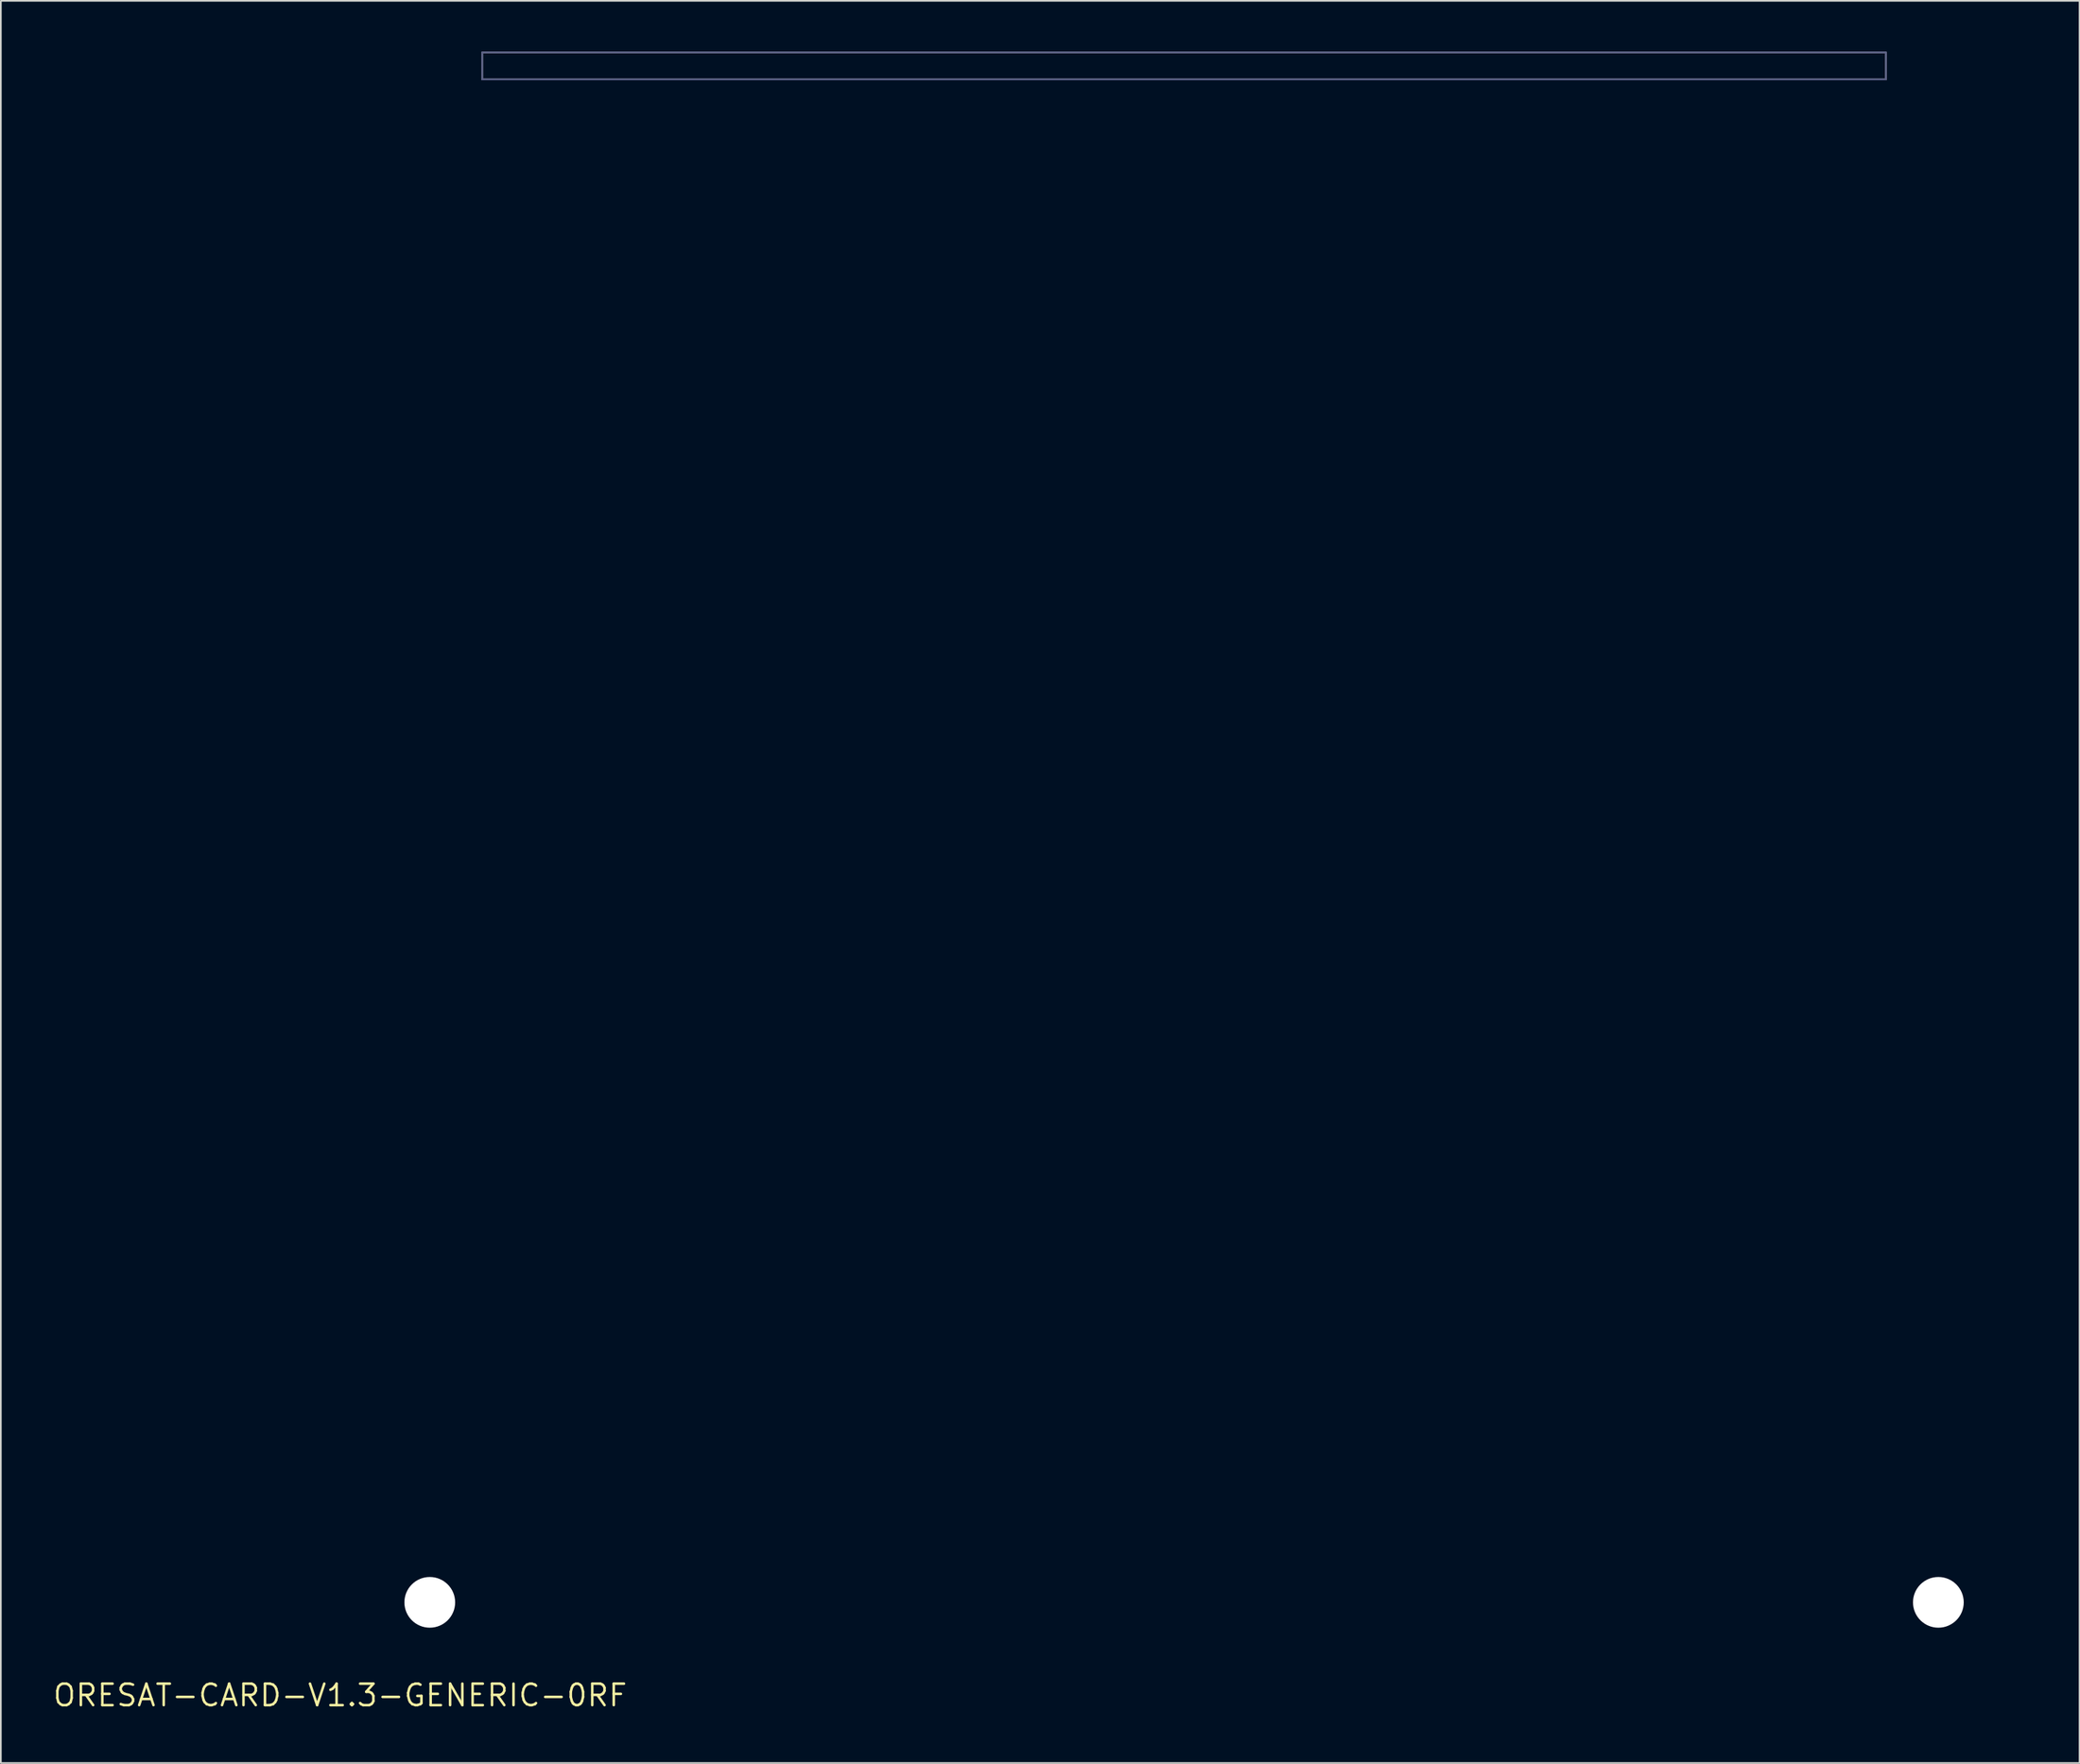
<source format=kicad_pcb>
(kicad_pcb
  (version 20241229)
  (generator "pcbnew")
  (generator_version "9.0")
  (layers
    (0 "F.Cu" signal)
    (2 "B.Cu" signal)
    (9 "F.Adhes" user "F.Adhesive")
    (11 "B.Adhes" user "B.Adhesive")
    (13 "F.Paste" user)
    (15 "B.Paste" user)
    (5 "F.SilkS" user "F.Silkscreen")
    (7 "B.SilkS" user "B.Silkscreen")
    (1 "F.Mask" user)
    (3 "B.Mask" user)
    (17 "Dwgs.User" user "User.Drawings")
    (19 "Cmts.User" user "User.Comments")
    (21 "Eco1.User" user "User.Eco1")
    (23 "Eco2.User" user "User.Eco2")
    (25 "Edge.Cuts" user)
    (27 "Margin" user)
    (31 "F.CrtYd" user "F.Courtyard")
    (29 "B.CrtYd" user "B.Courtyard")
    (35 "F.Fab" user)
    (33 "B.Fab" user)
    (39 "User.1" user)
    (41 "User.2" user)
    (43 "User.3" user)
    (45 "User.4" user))
  (footprint "ORESAT-CARD-V1.3-GENERIC-0RF"
    (layer "F.Cu")
    (at 17.062 97.25)
    (property "Reference" "ORESAT-CARD-V1.3-GENERIC-0RF" (at 0 0 0) (layer "F.SilkS") (effects (font (size 1.27 1.27) (thickness 0.15))))
    (fp_poly (pts (xy 2.75 -8.55) (xy 0.497 -8.55) (xy 0.358 -8.568) (xy 0.225 -8.623) (xy 0.111 -8.711) (xy 0.021 -8.827) (xy -0.05 -9.093) (xy -0.05 -88.821) (xy 2.75 -91.621)) (stroke (width 0) (type solid)) (fill yes) (layer "F.Mask"))
    (fp_poly (pts (xy 99.85 -88.822) (xy 99.85 -9.097) (xy 99.832 -8.958) (xy 99.777 -8.825) (xy 99.689 -8.711) (xy 99.575 -8.623) (xy 99.442 -8.568) (xy 99.303 -8.55) (xy 97.05 -8.55) (xy 97.05 -91.414)) (stroke (width 0) (type solid)) (fill yes) (layer "F.Mask"))
    (fp_poly (pts (xy 84.35 -0.497) (xy 84.332 -0.358) (xy 84.277 -0.225) (xy 84.189 -0.111) (xy 84.075 -0.023) (xy 83.942 0.032) (xy 83.803 0.05) (xy 15.997 0.05) (xy 15.858 0.032) (xy 15.725 -0.023) (xy 15.611 -0.111) (xy 15.521 -0.227) (xy 15.45 -0.493) (xy 15.45 -2.65) (xy 84.35 -2.65)) (stroke (width 0) (type solid)) (fill yes) (layer "F.Mask"))
    (fp_poly (pts (xy 2.75 -8.55) (xy 0.497 -8.55) (xy 0.358 -8.568) (xy 0.225 -8.623) (xy 0.111 -8.711) (xy 0.021 -8.827) (xy -0.05 -9.093) (xy -0.05 -88.821) (xy 2.75 -91.621)) (stroke (width 0) (type solid)) (fill yes) (layer "B.Mask"))
    (fp_poly (pts (xy 99.85 -88.822) (xy 99.85 -9.097) (xy 99.832 -8.958) (xy 99.777 -8.825) (xy 99.689 -8.711) (xy 99.575 -8.623) (xy 99.442 -8.568) (xy 99.303 -8.55) (xy 97.05 -8.55) (xy 97.05 -91.414)) (stroke (width 0) (type solid)) (fill yes) (layer "B.Mask"))
    (fp_poly (pts (xy 84.35 -0.497) (xy 84.332 -0.358) (xy 84.277 -0.225) (xy 84.189 -0.111) (xy 84.075 -0.023) (xy 83.942 0.032) (xy 83.803 0.05) (xy 15.997 0.05) (xy 15.858 0.032) (xy 15.725 -0.023) (xy 15.611 -0.111) (xy 15.521 -0.227) (xy 15.45 -0.493) (xy 15.45 -2.65) (xy 84.35 -2.65)) (stroke (width 0) (type solid)) (fill yes) (layer "B.Mask"))
    (fp_line (start 0 -88.8) (end 0 -9.1) (stroke (width 0.001) (type solid)) (layer "Cmts.User"))
    (fp_line (start 0.5 -8.6) (end 2.25 -8.6) (stroke (width 0.001) (type solid)) (layer "Cmts.User"))
    (fp_line (start 2.5 -91.3) (end 2.5 -8.6) (stroke (width 0.001) (type solid)) (layer "Cmts.User"))
    (fp_line (start 2.75 -8.1) (end 2.75 -3.4) (stroke (width 0.001) (type solid)) (layer "Cmts.User"))
    (fp_line (start 3.25 -2.9) (end 4.6 -2.9) (stroke (width 0.001) (type solid)) (layer "Cmts.User"))
    (fp_line (start 4.6 -93.4) (end 0 -88.8) (stroke (width 0.001) (type solid)) (layer "Cmts.User"))
    (fp_line (start 4.6 -2.9) (end 4.6 -93.4) (stroke (width 0.001) (type solid)) (layer "Cmts.User"))
    (fp_line (start 4.6 -2.9) (end 15 -2.9) (stroke (width 0.001) (type solid)) (layer "Cmts.User"))
    (fp_line (start 5.8 -94.6) (end 4.6 -93.4) (stroke (width 0.001) (type solid)) (layer "Cmts.User"))
    (fp_line (start 8.4 -95.6) (end 8.4 -97.2) (stroke (width 0.001) (type solid)) (layer "Cmts.User"))
    (fp_line (start 8.4 -2.9) (end 8.4 -94.6) (stroke (width 0.001) (type solid)) (layer "Cmts.User"))
    (fp_line (start 8.668 -94.6) (end 5.8 -94.6) (stroke (width 0.001) (type solid)) (layer "Cmts.User"))
    (fp_line (start 9.873 -87.9) (end 56.421 -87.9) (stroke (width 0.001) (type solid)) (layer "Cmts.User"))
    (fp_line (start 15.5 -2.4) (end 15.5 -0.5) (stroke (width 0.001) (type solid)) (layer "Cmts.User"))
    (fp_line (start 15.5 -2.4) (end 84.3 -2.4) (stroke (width 0.001) (type solid)) (layer "Cmts.User"))
    (fp_line (start 16 0) (end 83.8 0) (stroke (width 0.001) (type solid)) (layer "Cmts.User"))
    (fp_line (start 21.9 -89.9) (end 21.9 -85.9) (stroke (width 0.001) (type solid)) (layer "Cmts.User"))
    (fp_line (start 31.668 -94.6) (end 12.132 -94.6) (stroke (width 0.001) (type solid)) (layer "Cmts.User"))
    (fp_line (start 49.9 -44.572) (end 49.9 -89.9) (stroke (width 0.001) (type solid)) (layer "Cmts.User"))
    (fp_line (start 64.668 -94.6) (end 35.132 -94.6) (stroke (width 0.001) (type solid)) (layer "Cmts.User"))
    (fp_line (start 84.3 -0.5) (end 84.3 -2.4) (stroke (width 0.001) (type solid)) (layer "Cmts.User"))
    (fp_line (start 84.8 -2.9) (end 95.2 -2.9) (stroke (width 0.001) (type solid)) (layer "Cmts.User"))
    (fp_line (start 87.668 -94.6) (end 68.132 -94.6) (stroke (width 0.001) (type solid)) (layer "Cmts.User"))
    (fp_line (start 91.4 -97.2) (end 8.4 -97.2) (stroke (width 0.001) (type solid)) (layer "Cmts.User"))
    (fp_line (start 91.4 -97.2) (end 91.4 -95.6) (stroke (width 0.001) (type solid)) (layer "Cmts.User"))
    (fp_line (start 91.4 -95.6) (end 8.4 -95.6) (stroke (width 0.001) (type solid)) (layer "Cmts.User"))
    (fp_line (start 91.4 -2.9) (end 91.4 -94.6) (stroke (width 0.001) (type solid)) (layer "Cmts.User"))
    (fp_line (start 94 -94.6) (end 91.132 -94.6) (stroke (width 0.001) (type solid)) (layer "Cmts.User"))
    (fp_line (start 95.2 -93.4) (end 94 -94.6) (stroke (width 0.001) (type solid)) (layer "Cmts.User"))
    (fp_line (start 95.2 -2.9) (end 95.2 -93.4) (stroke (width 0.001) (type solid)) (layer "Cmts.User"))
    (fp_line (start 95.2 -2.9) (end 96.55 -2.9) (stroke (width 0.001) (type solid)) (layer "Cmts.User"))
    (fp_line (start 97.05 -3.4) (end 97.05 -8.1) (stroke (width 0.001) (type solid)) (layer "Cmts.User"))
    (fp_line (start 97.3 -8.55) (end 97.3 -91.3) (stroke (width 0.001) (type solid)) (layer "Cmts.User"))
    (fp_line (start 97.55 -8.6) (end 99.3 -8.6) (stroke (width 0.001) (type solid)) (layer "Cmts.User"))
    (fp_line (start 99.8 -88.8) (end 95.2 -93.4) (stroke (width 0.001) (type solid)) (layer "Cmts.User"))
    (fp_line (start 99.8 -9.1) (end 99.8 -88.8) (stroke (width 0.001) (type solid)) (layer "Cmts.User"))
    (fp_arc (start 0.5 -8.6) (mid 0.146447 -8.746447) (end 0 -9.1) (stroke (width 0.001) (type solid)) (layer "Cmts.User"))
    (fp_arc (start 2.25 -8.6) (mid 2.603553 -8.453553) (end 2.75 -8.1) (stroke (width 0.001) (type solid)) (layer "Cmts.User"))
    (fp_arc (start 3.25 -2.9) (mid 2.896447 -3.046447) (end 2.75 -3.4) (stroke (width 0.001) (type solid)) (layer "Cmts.User"))
    (fp_arc (start 12.13205 -94.6) (mid 10.400001 -93.6) (end 8.667951 -94.599999) (stroke (width 0.001) (type solid)) (layer "Cmts.User"))
    (fp_arc (start 15 -2.9) (mid 15.353553 -2.753553) (end 15.5 -2.4) (stroke (width 0.001) (type solid)) (layer "Cmts.User"))
    (fp_arc (start 16 0) (mid 15.646447 -0.146447) (end 15.5 -0.5) (stroke (width 0.001) (type solid)) (layer "Cmts.User"))
    (fp_arc (start 35.13205 -94.6) (mid 33.400001 -93.6) (end 31.667951 -94.599999) (stroke (width 0.001) (type solid)) (layer "Cmts.User"))
    (fp_arc (start 68.13205 -94.6) (mid 66.400001 -93.6) (end 64.667951 -94.599999) (stroke (width 0.001) (type solid)) (layer "Cmts.User"))
    (fp_arc (start 84.3 -2.4) (mid 84.446447 -2.753553) (end 84.8 -2.9) (stroke (width 0.001) (type solid)) (layer "Cmts.User"))
    (fp_arc (start 84.3 -0.5) (mid 84.153553 -0.146447) (end 83.8 0) (stroke (width 0.001) (type solid)) (layer "Cmts.User"))
    (fp_arc (start 91.13205 -94.6) (mid 89.400001 -93.6) (end 87.667951 -94.599999) (stroke (width 0.001) (type solid)) (layer "Cmts.User"))
    (fp_arc (start 97.05 -8.1) (mid 97.196447 -8.453553) (end 97.55 -8.6) (stroke (width 0.001) (type solid)) (layer "Cmts.User"))
    (fp_arc (start 97.05 -3.4) (mid 96.903553 -3.046447) (end 96.55 -2.9) (stroke (width 0.001) (type solid)) (layer "Cmts.User"))
    (fp_arc (start 99.8 -9.1) (mid 99.653553 -8.746447) (end 99.3 -8.6) (stroke (width 0.001) (type solid)) (layer "Cmts.User"))
    (fp_circle (center 49.9 -49.8) (end 52.4 -49.8) (stroke (width 0.001) (type solid)) (fill no) (layer "Cmts.User"))
    (fp_line (start 0 -88.8) (end 0 -9.1) (stroke (width 0.001) (type solid)) (layer "Edge.Cuts"))
    (fp_line (start 0.5 -8.6) (end 2.25 -8.6) (stroke (width 0.001) (type solid)) (layer "Edge.Cuts"))
    (fp_line (start 2.75 -8.1) (end 2.75 -3.4) (stroke (width 0.001) (type solid)) (layer "Edge.Cuts"))
    (fp_line (start 3.25 -2.9) (end 15 -2.9) (stroke (width 0.001) (type solid)) (layer "Edge.Cuts"))
    (fp_line (start 5.8 -94.6) (end 0 -88.8) (stroke (width 0.001) (type solid)) (layer "Edge.Cuts"))
    (fp_line (start 8.668 -94.6) (end 5.8 -94.6) (stroke (width 0.001) (type solid)) (layer "Edge.Cuts"))
    (fp_line (start 15.5 -2.4) (end 15.5 -0.5) (stroke (width 0.001) (type solid)) (layer "Edge.Cuts"))
    (fp_line (start 16 0) (end 83.8 0) (stroke (width 0.001) (type solid)) (layer "Edge.Cuts"))
    (fp_line (start 31.668 -94.6) (end 12.132 -94.6) (stroke (width 0.001) (type solid)) (layer "Edge.Cuts"))
    (fp_line (start 64.668 -94.6) (end 35.132 -94.6) (stroke (width 0.001) (type solid)) (layer "Edge.Cuts"))
    (fp_line (start 84.3 -0.5) (end 84.3 -2.4) (stroke (width 0.001) (type solid)) (layer "Edge.Cuts"))
    (fp_line (start 84.8 -2.9) (end 96.55 -2.9) (stroke (width 0.001) (type solid)) (layer "Edge.Cuts"))
    (fp_line (start 87.668 -94.6) (end 68.132 -94.6) (stroke (width 0.001) (type solid)) (layer "Edge.Cuts"))
    (fp_line (start 94 -94.6) (end 91.132 -94.6) (stroke (width 0.001) (type solid)) (layer "Edge.Cuts"))
    (fp_line (start 97.05 -3.4) (end 97.05 -8.1) (stroke (width 0.001) (type solid)) (layer "Edge.Cuts"))
    (fp_line (start 97.55 -8.6) (end 99.3 -8.6) (stroke (width 0.001) (type solid)) (layer "Edge.Cuts"))
    (fp_line (start 99.8 -88.8) (end 94 -94.6) (stroke (width 0.001) (type solid)) (layer "Edge.Cuts"))
    (fp_line (start 99.8 -9.1) (end 99.8 -88.8) (stroke (width 0.001) (type solid)) (layer "Edge.Cuts"))
    (fp_arc (start 0.5 -8.6) (mid 0.146447 -8.746447) (end 0 -9.1) (stroke (width 0.001) (type solid)) (layer "Edge.Cuts"))
    (fp_arc (start 2.25 -8.6) (mid 2.603553 -8.453553) (end 2.75 -8.1) (stroke (width 0.001) (type solid)) (layer "Edge.Cuts"))
    (fp_arc (start 3.25 -2.9) (mid 2.896447 -3.046447) (end 2.75 -3.4) (stroke (width 0.001) (type solid)) (layer "Edge.Cuts"))
    (fp_arc (start 12.132049 -94.599999) (mid 10.399999 -93.600001) (end 8.66795 -94.6) (stroke (width 0.001) (type solid)) (layer "Edge.Cuts"))
    (fp_arc (start 15 -2.9) (mid 15.353553 -2.753553) (end 15.5 -2.4) (stroke (width 0.001) (type solid)) (layer "Edge.Cuts"))
    (fp_arc (start 16 0) (mid 15.646447 -0.146447) (end 15.5 -0.5) (stroke (width 0.001) (type solid)) (layer "Edge.Cuts"))
    (fp_arc (start 35.132049 -94.599999) (mid 33.399999 -93.600001) (end 31.66795 -94.6) (stroke (width 0.001) (type solid)) (layer "Edge.Cuts"))
    (fp_arc (start 68.13205 -94.6) (mid 66.400001 -93.6) (end 64.667951 -94.599999) (stroke (width 0.001) (type solid)) (layer "Edge.Cuts"))
    (fp_arc (start 84.3 -2.4) (mid 84.446447 -2.753553) (end 84.8 -2.9) (stroke (width 0.001) (type solid)) (layer "Edge.Cuts"))
    (fp_arc (start 84.3 -0.5) (mid 84.153553 -0.146447) (end 83.8 0) (stroke (width 0.001) (type solid)) (layer "Edge.Cuts"))
    (fp_arc (start 91.13205 -94.6) (mid 89.400001 -93.6) (end 87.667951 -94.599999) (stroke (width 0.001) (type solid)) (layer "Edge.Cuts"))
    (fp_arc (start 97.05 -8.1) (mid 97.196447 -8.453553) (end 97.55 -8.6) (stroke (width 0.001) (type solid)) (layer "Edge.Cuts"))
    (fp_arc (start 97.05 -3.4) (mid 96.903553 -3.046447) (end 96.55 -2.9) (stroke (width 0.001) (type solid)) (layer "Edge.Cuts"))
    (fp_arc (start 99.8 -9.1) (mid 99.653553 -8.746447) (end 99.3 -8.6) (stroke (width 0.001) (type solid)) (layer "Edge.Cuts"))
    (fp_line (start 4.6 -2.9) (end 4.6 -93.4) (stroke (width 0.001) (type solid)) (layer "B.Fab"))
    (fp_line (start 8.4 -2.9) (end 8.4 -94.6) (stroke (width 0.001) (type solid)) (layer "B.Fab"))
    (fp_line (start 91.4 -2.9) (end 91.4 -94.6) (stroke (width 0.001) (type solid)) (layer "B.Fab"))
    (fp_line (start 95.2 -2.9) (end 95.2 -93.4) (stroke (width 0.001) (type solid)) (layer "B.Fab"))
    (fp_poly (pts (xy 8.4 -95.6) (xy 91.4 -95.6) (xy 91.4 -97.2) (xy 8.4 -97.2)) (stroke (width 0.1) (type solid)) (fill no) (layer "B.Fab"))
    (fp_line (start 4.6 -2.9) (end 4.6 -93.4) (stroke (width 0.001) (type solid)) (layer "F.Fab"))
    (fp_line (start 8.4 -2.9) (end 8.4 -94.6) (stroke (width 0.001) (type solid)) (layer "F.Fab"))
    (fp_line (start 20.9 -87.894) (end 22.9 -87.894) (stroke (width 0.001) (type solid)) (layer "F.Fab"))
    (fp_line (start 21.9 -88.894) (end 21.9 -86.894) (stroke (width 0.001) (type solid)) (layer "F.Fab"))
    (fp_line (start 48.9 -87.894) (end 50.9 -87.894) (stroke (width 0.001) (type solid)) (layer "F.Fab"))
    (fp_line (start 48.9 -49.8) (end 50.9 -49.8) (stroke (width 0.001) (type solid)) (layer "F.Fab"))
    (fp_line (start 49.9 -88.894) (end 49.9 -86.894) (stroke (width 0.001) (type solid)) (layer "F.Fab"))
    (fp_line (start 49.9 -50.8) (end 49.9 -48.8) (stroke (width 0.001) (type solid)) (layer "F.Fab"))
    (fp_line (start 91.4 -2.9) (end 91.4 -94.6) (stroke (width 0.001) (type solid)) (layer "F.Fab"))
    (fp_line (start 95.2 -2.9) (end 95.2 -93.4) (stroke (width 0.001) (type solid)) (layer "F.Fab"))
    (fp_circle (center 21.9 -87.894) (end 22.4 -87.894) (stroke (width 0.001) (type solid)) (fill no) (layer "F.Fab"))
    (fp_circle (center 49.9 -87.894) (end 50.4 -87.894) (stroke (width 0.001) (type solid)) (fill no) (layer "F.Fab"))
    (fp_circle (center 49.9 -49.8) (end 50.4 -49.8) (stroke (width 0.001) (type solid)) (fill no) (layer "F.Fab"))
    (fp_poly (pts (xy 8.4 -95.6) (xy 91.4 -95.6) (xy 91.4 -97.2) (xy 8.4 -97.2)) (stroke (width 0.1) (type solid)) (fill no) (layer "F.Fab"))
    (pad "" np_thru_hole circle (at 5.3 -5.5) (size 3 3) (drill 3) (layers "*.Cu" "*.Mask"))
    (pad "" np_thru_hole circle (at 94.5 -5.5) (size 3 3) (drill 3) (layers "*.Cu" "*.Mask"))
    (zone (net_name "") (layers "F.Cu" "B.Cu") (hatch none 0.508) (connect_pads) (min_thickness 0.254) (filled_areas_thickness no) (keepout (tracks allowed) (vias allowed) (pads not_allowed) (copperpour allowed) (footprints not_allowed)) (placement (enabled no)) (fill) (polygon (pts (xy 21.662 94.35) (xy 19.762 94.35) (xy 19.762 88.65) (xy 17.062 88.65) (xy 17.062 8.45) (xy 21.662 3.85))))
    (zone (net_name "") (layers "F.Cu" "B.Cu") (hatch none 0.508) (connect_pads) (min_thickness 0.254) (filled_areas_thickness no) (keepout (tracks allowed) (vias allowed) (pads not_allowed) (copperpour allowed) (footprints not_allowed)) (placement (enabled no)) (fill) (polygon (pts (xy 116.862 8.45) (xy 116.862 88.65) (xy 114.162 88.65) (xy 114.162 94.35) (xy 112.262 94.35) (xy 112.262 3.85)))))
  (gr_rect
    (start -3 -3)
    (end 119.912 101.256)
    (stroke (width 0.1) (type default))
    (fill no)
    (layer "Edge.Cuts")))
</source>
